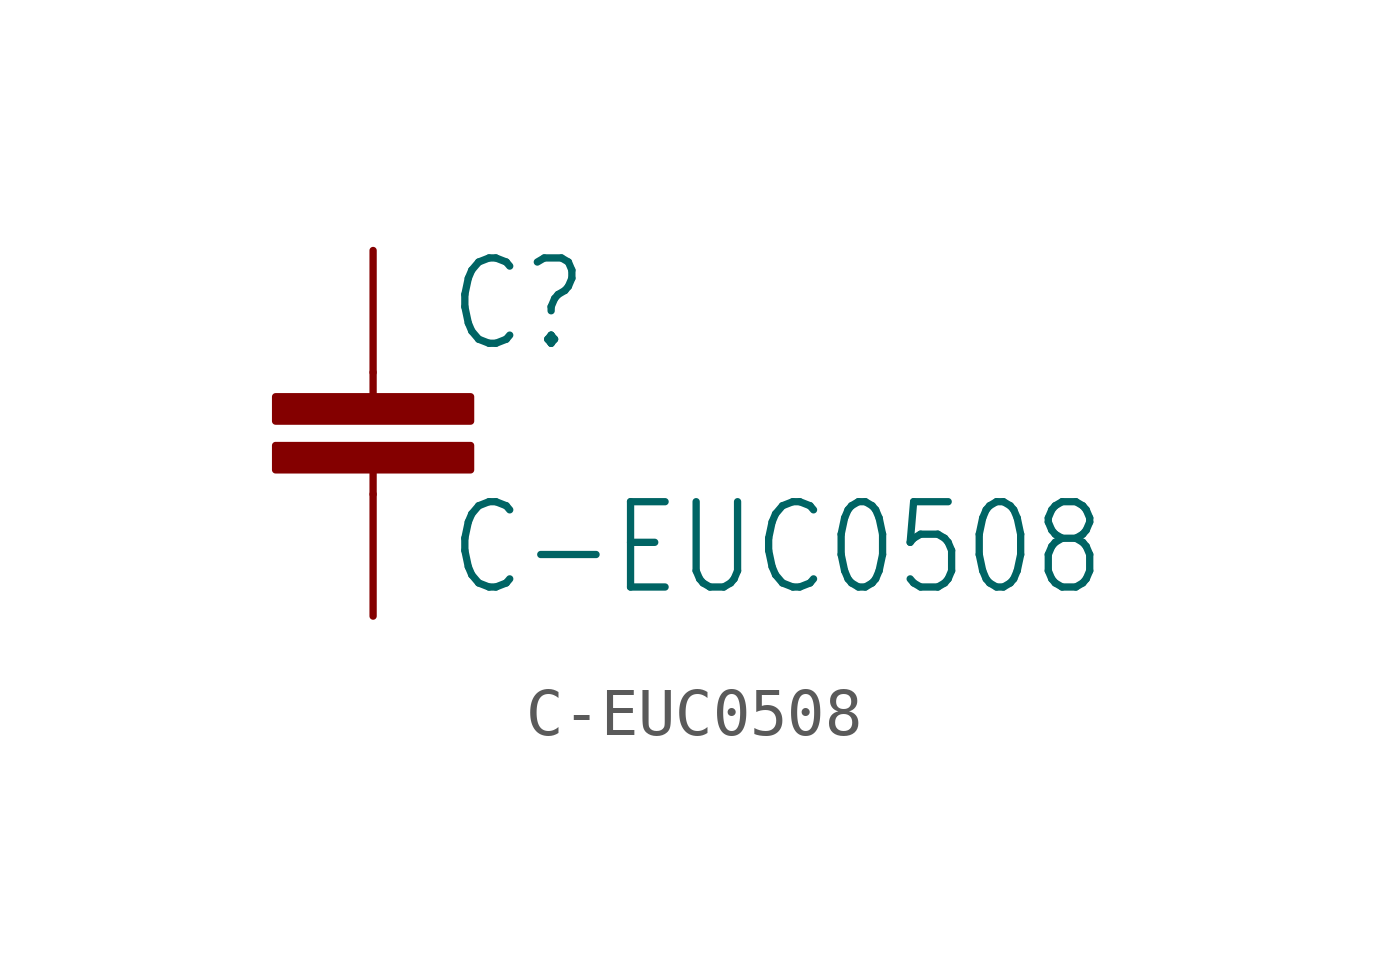
<source format=kicad_sym>
(kicad_symbol_lib
  (version 20211014)
  (generator kicad_symbol_editor)
  (symbol "C-EUC0508"
    (property "Reference" "C"
      (at 1.524 0.381 0)
      (effects (font (size 1.778 1.511)) (justify left bottom)))
    (property "Value" "C-EUC0508"
      (at 1.524 -4.699 0)
      (effects (font (size 1.778 1.511)) (justify left bottom)))
    (property "ki_locked" ""
      (at 0 0 0)
      (effects (font (size 1.27 1.27))))
    (symbol "C-EUC0508_1_0"
      (rectangle (start -2.032 -2.032) (end 2.032 -1.524) (stroke (width 0) (type default) (color 0 0 0 0)) (fill (type outline)))
      (rectangle (start -2.032 -1.016) (end 2.032 -0.508) (stroke (width 0) (type default) (color 0 0 0 0)) (fill (type outline)))
      (polyline (pts (xy 0 -2.54) (xy 0 -2.032)) (stroke (width 0.152) (type default) (color 0 0 0 0)) (fill (type none)))
      (polyline (pts (xy 0 0) (xy 0 -0.508)) (stroke (width 0.152) (type default) (color 0 0 0 0)) (fill (type none)))
      (pin passive line (at 0 2.54 270) (length 2.54) (name "1" (effects (font (size 0 0)))) (number "1" (effects (font (size 0 0)))))
      (pin passive line (at 0 -5.08 90) (length 2.54) (name "2" (effects (font (size 0 0)))) (number "2" (effects (font (size 0 0))))))))
</source>
